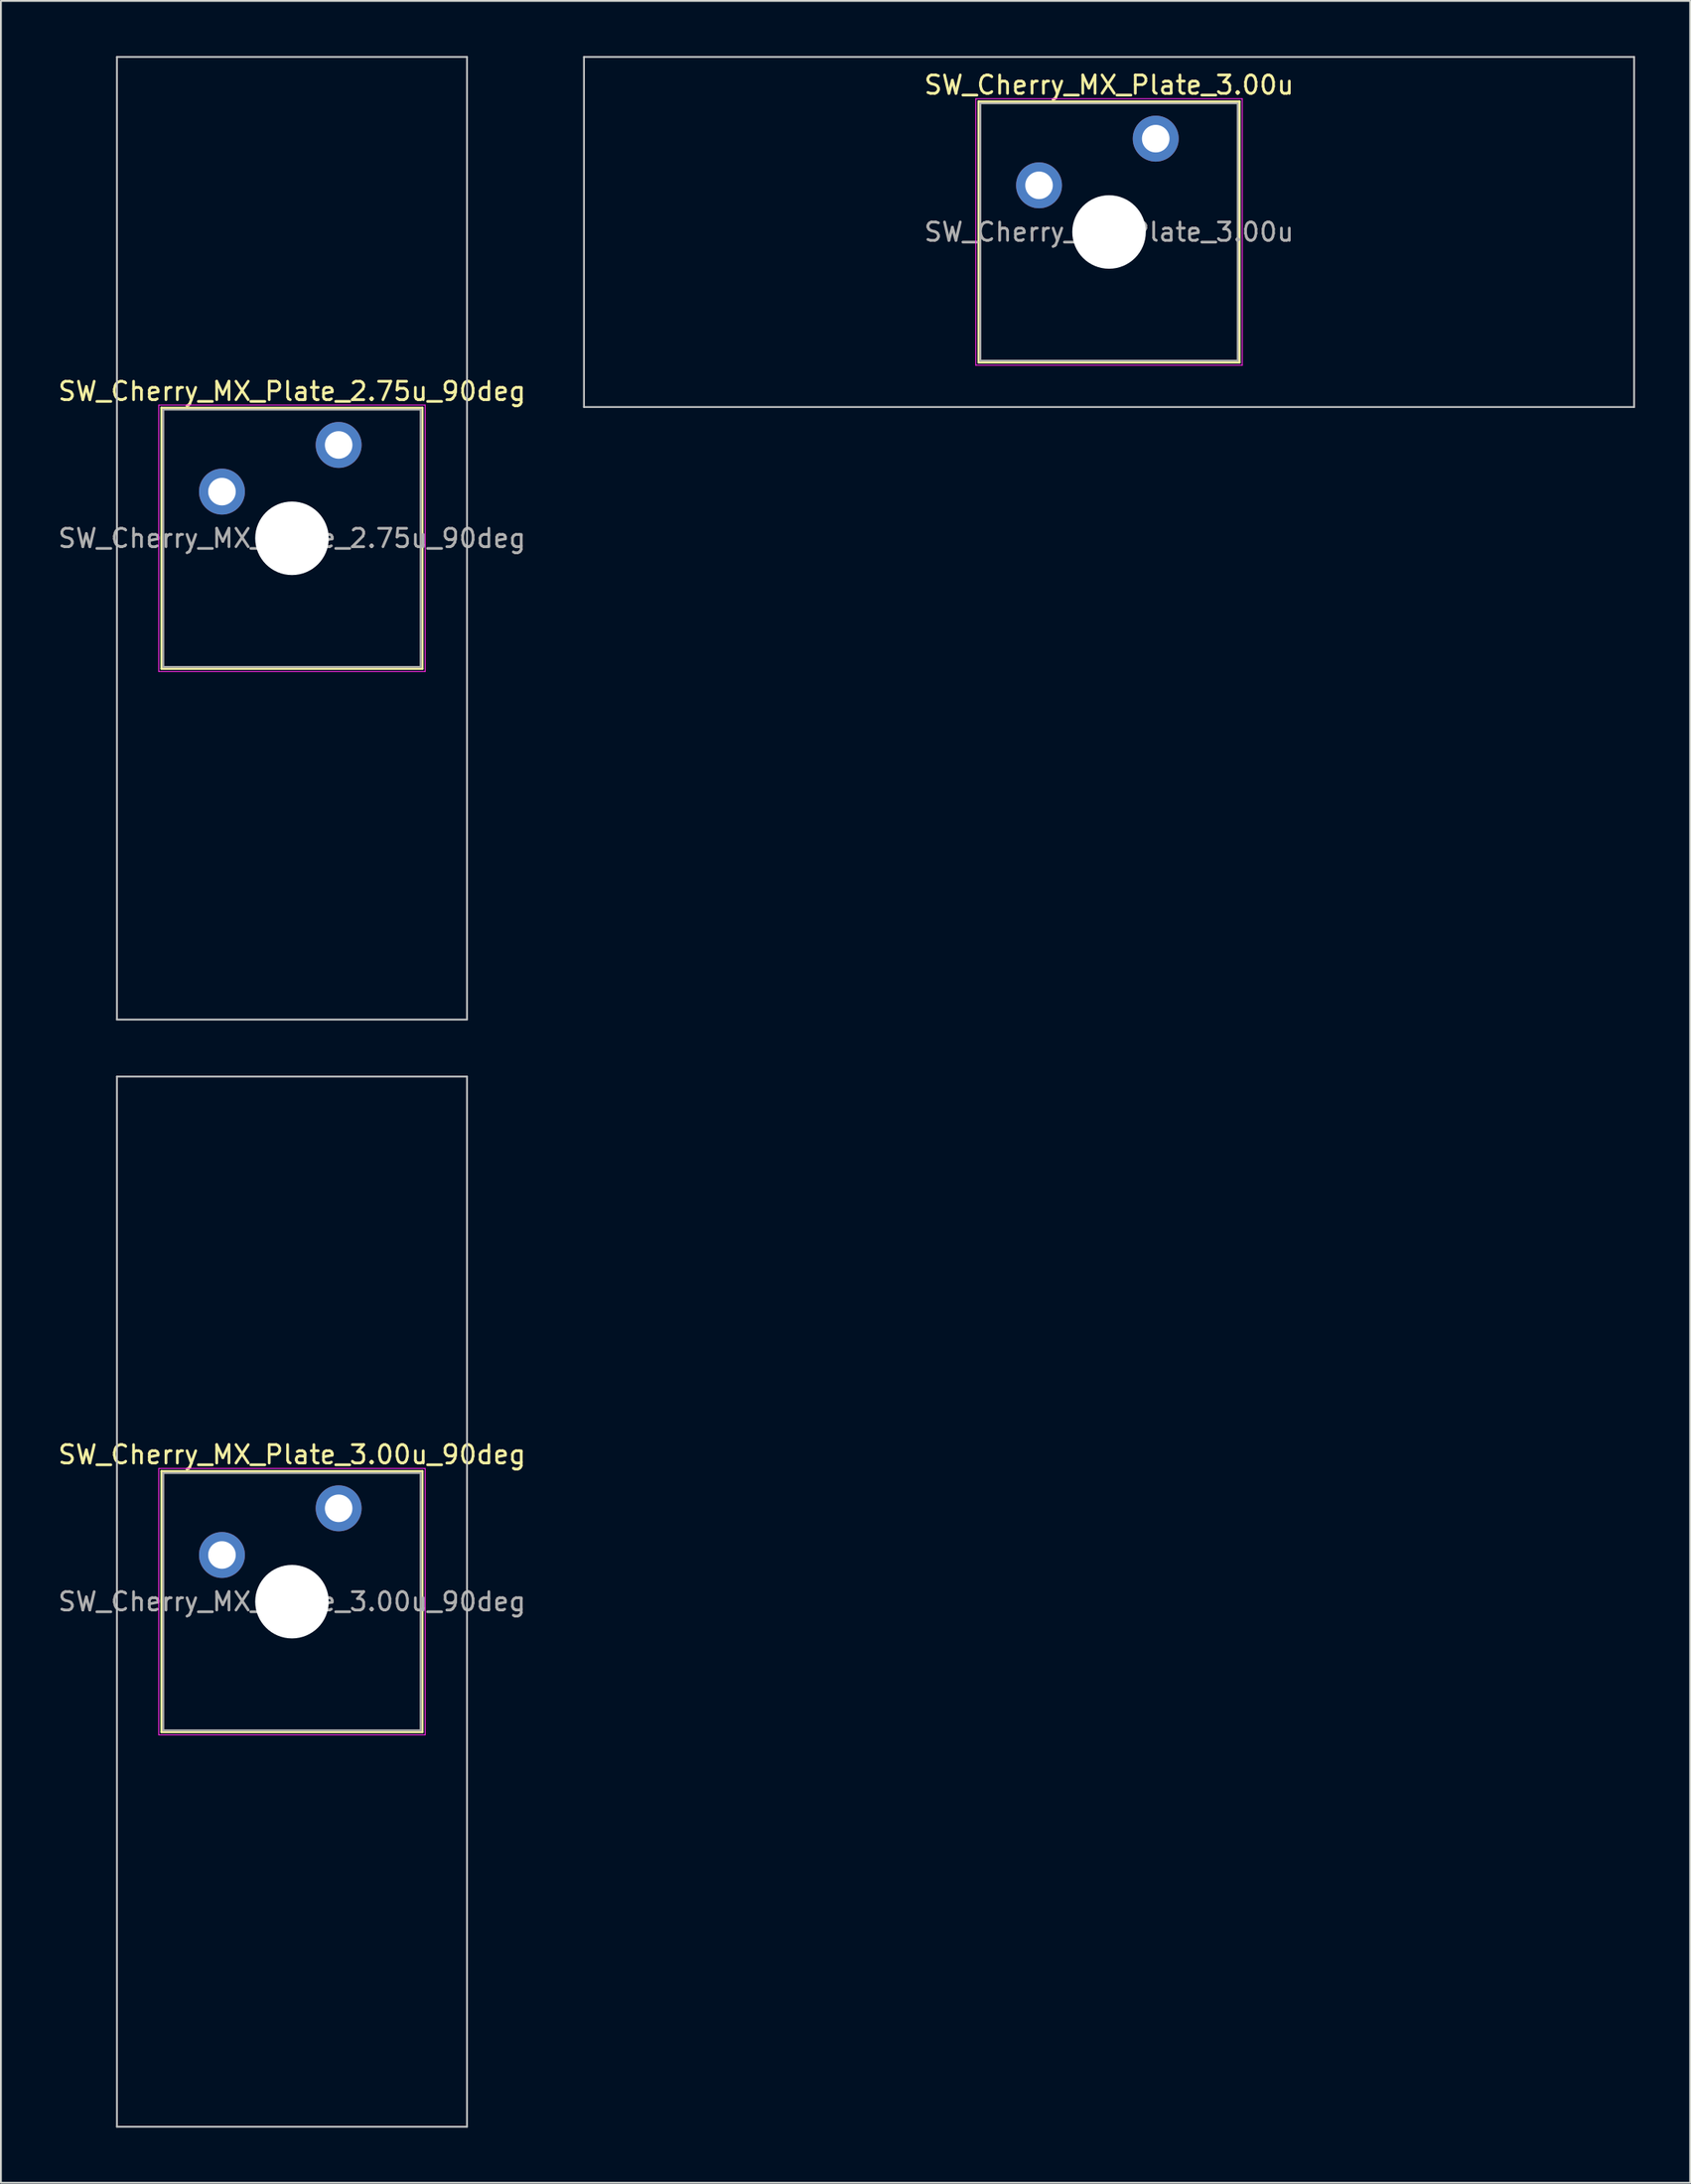
<source format=kicad_pcb>
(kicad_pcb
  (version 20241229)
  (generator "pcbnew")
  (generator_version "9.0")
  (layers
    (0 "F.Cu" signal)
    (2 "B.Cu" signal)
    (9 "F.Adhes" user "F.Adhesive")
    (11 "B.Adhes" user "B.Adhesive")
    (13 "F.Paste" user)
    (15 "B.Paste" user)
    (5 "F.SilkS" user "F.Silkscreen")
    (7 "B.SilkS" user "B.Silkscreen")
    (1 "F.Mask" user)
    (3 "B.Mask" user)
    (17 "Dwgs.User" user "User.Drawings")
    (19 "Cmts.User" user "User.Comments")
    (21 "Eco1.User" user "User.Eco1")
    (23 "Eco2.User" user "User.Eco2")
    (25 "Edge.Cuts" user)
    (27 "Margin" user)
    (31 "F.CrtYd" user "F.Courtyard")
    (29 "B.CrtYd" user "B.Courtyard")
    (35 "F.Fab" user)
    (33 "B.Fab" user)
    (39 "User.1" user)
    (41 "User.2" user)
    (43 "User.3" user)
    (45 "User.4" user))
  (footprint "SW_Cherry_MX_Plate_3.00u"
    (layer "F.Cu")
    (at 57.304 9.575)
    (property "Reference" "SW_Cherry_MX_Plate_3.00u" (at 0 -8 0) (layer "F.SilkS") (effects (font (size 1 1) (thickness 0.15))))
    (attr through_hole)
    (fp_line (start -7.1 -7.1) (end -7.1 7.1) (stroke (width 0.12) (type solid)) (layer "F.SilkS"))
    (fp_line (start -7.1 7.1) (end 7.1 7.1) (stroke (width 0.12) (type solid)) (layer "F.SilkS"))
    (fp_line (start 7.1 -7.1) (end -7.1 -7.1) (stroke (width 0.12) (type solid)) (layer "F.SilkS"))
    (fp_line (start 7.1 7.1) (end 7.1 -7.1) (stroke (width 0.12) (type solid)) (layer "F.SilkS"))
    (fp_line (start -28.575 -9.525) (end -28.575 9.525) (stroke (width 0.1) (type solid)) (layer "Dwgs.User"))
    (fp_line (start -28.575 9.525) (end 28.575 9.525) (stroke (width 0.1) (type solid)) (layer "Dwgs.User"))
    (fp_line (start 28.575 -9.525) (end -28.575 -9.525) (stroke (width 0.1) (type solid)) (layer "Dwgs.User"))
    (fp_line (start 28.575 9.525) (end 28.575 -9.525) (stroke (width 0.1) (type solid)) (layer "Dwgs.User"))
    (fp_line (start -7 -7) (end -7 7) (stroke (width 0.1) (type solid)) (layer "Eco1.User"))
    (fp_line (start -7 7) (end 7 7) (stroke (width 0.1) (type solid)) (layer "Eco1.User"))
    (fp_line (start 7 -7) (end -7 -7) (stroke (width 0.1) (type solid)) (layer "Eco1.User"))
    (fp_line (start 7 7) (end 7 -7) (stroke (width 0.1) (type solid)) (layer "Eco1.User"))
    (fp_line (start -7.25 -7.25) (end -7.25 7.25) (stroke (width 0.05) (type solid)) (layer "F.CrtYd"))
    (fp_line (start -7.25 7.25) (end 7.25 7.25) (stroke (width 0.05) (type solid)) (layer "F.CrtYd"))
    (fp_line (start 7.25 -7.25) (end -7.25 -7.25) (stroke (width 0.05) (type solid)) (layer "F.CrtYd"))
    (fp_line (start 7.25 7.25) (end 7.25 -7.25) (stroke (width 0.05) (type solid)) (layer "F.CrtYd"))
    (fp_line (start -7 -7) (end -7 7) (stroke (width 0.1) (type solid)) (layer "F.Fab"))
    (fp_line (start -7 7) (end 7 7) (stroke (width 0.1) (type solid)) (layer "F.Fab"))
    (fp_line (start 7 -7) (end -7 -7) (stroke (width 0.1) (type solid)) (layer "F.Fab"))
    (fp_line (start 7 7) (end 7 -7) (stroke (width 0.1) (type solid)) (layer "F.Fab"))
    (fp_text user "${REFERENCE}" (at 0 0 0) (layer "F.Fab") (effects (font (size 1 1) (thickness 0.15))))
    (pad "" smd circle (at -3.81 -2.54) (size 1.55 1.55) (layers "F.Mask"))
    (pad "" np_thru_hole circle (at 0 0) (size 4 4) (drill 4) (layers "*.Cu" "*.Mask"))
    (pad "" smd circle (at 2.54 -5.08) (size 1.55 1.55) (layers "F.Mask"))
    (pad "1" thru_hole circle (at -3.81 -2.54) (size 2.5 2.5) (drill 1.5) (layers "*.Cu" "B.Mask"))
    (pad "2" thru_hole circle (at 2.54 -5.08) (size 2.5 2.5) (drill 1.5) (layers "*.Cu" "B.Mask")))
  (footprint "SW_Cherry_MX_Plate_3.00u_90deg"
    (layer "F.Cu")
    (at 12.839 84.112)
    (property "Reference" "SW_Cherry_MX_Plate_3.00u_90deg" (at 0 -8 0) (layer "F.SilkS") (effects (font (size 1 1) (thickness 0.15))))
    (attr through_hole)
    (fp_line (start -7.1 -7.1) (end -7.1 7.1) (stroke (width 0.12) (type solid)) (layer "F.SilkS"))
    (fp_line (start -7.1 7.1) (end 7.1 7.1) (stroke (width 0.12) (type solid)) (layer "F.SilkS"))
    (fp_line (start 7.1 -7.1) (end -7.1 -7.1) (stroke (width 0.12) (type solid)) (layer "F.SilkS"))
    (fp_line (start 7.1 7.1) (end 7.1 -7.1) (stroke (width 0.12) (type solid)) (layer "F.SilkS"))
    (fp_line (start -9.525 -28.575) (end 9.525 -28.575) (stroke (width 0.1) (type solid)) (layer "Dwgs.User"))
    (fp_line (start -9.525 28.575) (end -9.525 -28.575) (stroke (width 0.1) (type solid)) (layer "Dwgs.User"))
    (fp_line (start 9.525 -28.575) (end 9.525 28.575) (stroke (width 0.1) (type solid)) (layer "Dwgs.User"))
    (fp_line (start 9.525 28.575) (end -9.525 28.575) (stroke (width 0.1) (type solid)) (layer "Dwgs.User"))
    (fp_line (start -7 -7) (end -7 7) (stroke (width 0.1) (type solid)) (layer "Eco1.User"))
    (fp_line (start -7 7) (end 7 7) (stroke (width 0.1) (type solid)) (layer "Eco1.User"))
    (fp_line (start 7 -7) (end -7 -7) (stroke (width 0.1) (type solid)) (layer "Eco1.User"))
    (fp_line (start 7 7) (end 7 -7) (stroke (width 0.1) (type solid)) (layer "Eco1.User"))
    (fp_line (start -7.25 -7.25) (end -7.25 7.25) (stroke (width 0.05) (type solid)) (layer "F.CrtYd"))
    (fp_line (start -7.25 7.25) (end 7.25 7.25) (stroke (width 0.05) (type solid)) (layer "F.CrtYd"))
    (fp_line (start 7.25 -7.25) (end -7.25 -7.25) (stroke (width 0.05) (type solid)) (layer "F.CrtYd"))
    (fp_line (start 7.25 7.25) (end 7.25 -7.25) (stroke (width 0.05) (type solid)) (layer "F.CrtYd"))
    (fp_line (start -7 -7) (end -7 7) (stroke (width 0.1) (type solid)) (layer "F.Fab"))
    (fp_line (start -7 7) (end 7 7) (stroke (width 0.1) (type solid)) (layer "F.Fab"))
    (fp_line (start 7 -7) (end -7 -7) (stroke (width 0.1) (type solid)) (layer "F.Fab"))
    (fp_line (start 7 7) (end 7 -7) (stroke (width 0.1) (type solid)) (layer "F.Fab"))
    (fp_text user "${REFERENCE}" (at 0 0 0) (layer "F.Fab") (effects (font (size 1 1) (thickness 0.15))))
    (pad "" smd circle (at -3.81 -2.54) (size 1.55 1.55) (layers "F.Mask"))
    (pad "" np_thru_hole circle (at 0 0) (size 4 4) (drill 4) (layers "*.Cu" "*.Mask"))
    (pad "" smd circle (at 2.54 -5.08) (size 1.55 1.55) (layers "F.Mask"))
    (pad "1" thru_hole circle (at -3.81 -2.54) (size 2.5 2.5) (drill 1.5) (layers "*.Cu" "B.Mask"))
    (pad "2" thru_hole circle (at 2.54 -5.08) (size 2.5 2.5) (drill 1.5) (layers "*.Cu" "B.Mask")))
  (footprint "SW_Cherry_MX_Plate_2.75u_90deg"
    (layer "F.Cu")
    (at 12.839 26.244)
    (property "Reference" "SW_Cherry_MX_Plate_2.75u_90deg" (at 0 -8 0) (layer "F.SilkS") (effects (font (size 1 1) (thickness 0.15))))
    (attr through_hole)
    (fp_line (start -7.1 -7.1) (end -7.1 7.1) (stroke (width 0.12) (type solid)) (layer "F.SilkS"))
    (fp_line (start -7.1 7.1) (end 7.1 7.1) (stroke (width 0.12) (type solid)) (layer "F.SilkS"))
    (fp_line (start 7.1 -7.1) (end -7.1 -7.1) (stroke (width 0.12) (type solid)) (layer "F.SilkS"))
    (fp_line (start 7.1 7.1) (end 7.1 -7.1) (stroke (width 0.12) (type solid)) (layer "F.SilkS"))
    (fp_line (start -9.525 -26.194) (end 9.525 -26.194) (stroke (width 0.1) (type solid)) (layer "Dwgs.User"))
    (fp_line (start -9.525 26.194) (end -9.525 -26.194) (stroke (width 0.1) (type solid)) (layer "Dwgs.User"))
    (fp_line (start 9.525 -26.194) (end 9.525 26.194) (stroke (width 0.1) (type solid)) (layer "Dwgs.User"))
    (fp_line (start 9.525 26.194) (end -9.525 26.194) (stroke (width 0.1) (type solid)) (layer "Dwgs.User"))
    (fp_line (start -7 -7) (end -7 7) (stroke (width 0.1) (type solid)) (layer "Eco1.User"))
    (fp_line (start -7 7) (end 7 7) (stroke (width 0.1) (type solid)) (layer "Eco1.User"))
    (fp_line (start 7 -7) (end -7 -7) (stroke (width 0.1) (type solid)) (layer "Eco1.User"))
    (fp_line (start 7 7) (end 7 -7) (stroke (width 0.1) (type solid)) (layer "Eco1.User"))
    (fp_line (start -7.25 -7.25) (end -7.25 7.25) (stroke (width 0.05) (type solid)) (layer "F.CrtYd"))
    (fp_line (start -7.25 7.25) (end 7.25 7.25) (stroke (width 0.05) (type solid)) (layer "F.CrtYd"))
    (fp_line (start 7.25 -7.25) (end -7.25 -7.25) (stroke (width 0.05) (type solid)) (layer "F.CrtYd"))
    (fp_line (start 7.25 7.25) (end 7.25 -7.25) (stroke (width 0.05) (type solid)) (layer "F.CrtYd"))
    (fp_line (start -7 -7) (end -7 7) (stroke (width 0.1) (type solid)) (layer "F.Fab"))
    (fp_line (start -7 7) (end 7 7) (stroke (width 0.1) (type solid)) (layer "F.Fab"))
    (fp_line (start 7 -7) (end -7 -7) (stroke (width 0.1) (type solid)) (layer "F.Fab"))
    (fp_line (start 7 7) (end 7 -7) (stroke (width 0.1) (type solid)) (layer "F.Fab"))
    (fp_text user "${REFERENCE}" (at 0 0 0) (layer "F.Fab") (effects (font (size 1 1) (thickness 0.15))))
    (pad "" smd circle (at -3.81 -2.54) (size 1.55 1.55) (layers "F.Mask"))
    (pad "" np_thru_hole circle (at 0 0) (size 4 4) (drill 4) (layers "*.Cu" "*.Mask"))
    (pad "" smd circle (at 2.54 -5.08) (size 1.55 1.55) (layers "F.Mask"))
    (pad "1" thru_hole circle (at -3.81 -2.54) (size 2.5 2.5) (drill 1.5) (layers "*.Cu" "B.Mask"))
    (pad "2" thru_hole circle (at 2.54 -5.08) (size 2.5 2.5) (drill 1.5) (layers "*.Cu" "B.Mask")))
  (gr_rect
    (start -3 -3)
    (end 88.929 115.737)
    (stroke (width 0.1) (type default))
    (fill no)
    (layer "Edge.Cuts")))
</source>
